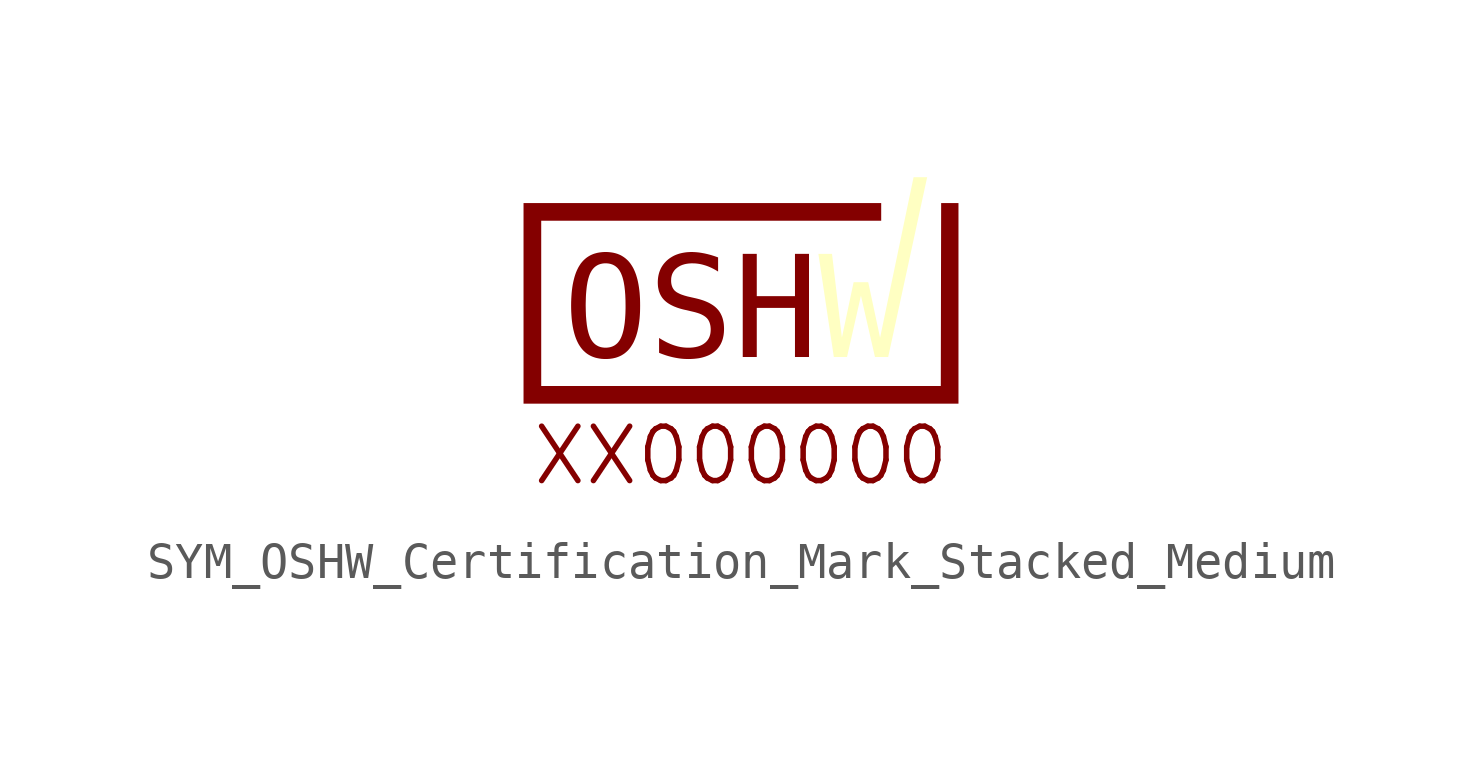
<source format=kicad_sym>
(kicad_symbol_lib
  (version 20220914)
  (generator kicad_symbol_editor)
  (symbol "SYM_OSHW_Certification_Mark_Stacked_Medium"
    (property "Reference" "LOGO"
      (at 0 0 0)
      (effects (font (size 1.27 1.27)) hide))
    (symbol "SYM_OSHW_Certification_Mark_Stacked_Medium_0_1"
      (polyline (pts (xy -2.783 -0.429) (xy -2.783 -0.429) (xy -2.783 -0.429)) (stroke (width -0.0001) (type default)) (fill (type outline)))
      (polyline (pts (xy 6 -3.137) (xy -6 -3.137) (xy -6 2.398) (xy -6 2.398) (xy 3.868 2.398) (xy 3.868 1.91) (xy -5.512 1.91) (xy -5.512 -2.649) (xy 5.512 -2.649) (xy 5.522 2.398) (xy 6 2.398)) (stroke (width -0.0001) (type default)) (fill (type outline)))
      (polyline (pts (xy 0.435 -0.17) (xy 1.489 -0.17) (xy 1.489 0.997) (xy 1.876 0.997) (xy 1.876 -1.849) (xy 1.489 -1.849) (xy 1.489 -0.494) (xy 0.435 -0.494) (xy 0.435 -1.849) (xy 0.048 -1.849) (xy 0.048 0.997) (xy 0.435 0.997)) (stroke (width -0.0001) (type default)) (fill (type outline)))
      (polyline (pts (xy -3.676 1.047) (xy -3.619 1.042) (xy -3.563 1.035) (xy -3.51 1.025) (xy -3.458 1.012) (xy -3.409 0.997) (xy -3.361 0.978) (xy -3.315 0.957) (xy -3.272 0.932) (xy -3.23 0.905) (xy -3.19 0.875) (xy -3.152 0.842) (xy -3.115 0.807) (xy -3.081 0.768) (xy -3.049 0.727) (xy -3.019 0.682) (xy -2.99 0.635) (xy -2.963 0.585) (xy -2.939 0.532) (xy -2.916 0.476) (xy -2.894 0.416) (xy -2.875 0.354) (xy -2.857 0.289) (xy -2.842 0.222) (xy -2.828 0.151) (xy -2.816 0.077) (xy -2.806 -0.0002) (xy -2.797 -0.08) (xy -2.791 -0.163) (xy -2.786 -0.249) (xy -2.784 -0.337) (xy -2.783 -0.429) (xy -2.784 -0.52) (xy -2.786 -0.609) (xy -2.791 -0.694) (xy -2.797 -0.777) (xy -2.806 -0.857) (xy -2.816 -0.933) (xy -2.828 -1.007) (xy -2.842 -1.078) (xy -2.857 -1.146) (xy -2.875 -1.211) (xy -2.894 -1.273) (xy -2.916 -1.332) (xy -2.939 -1.388) (xy -2.963 -1.441) (xy -2.99 -1.491) (xy -3.019 -1.538) (xy -3.034 -1.561) (xy -3.049 -1.583) (xy -3.065 -1.604) (xy -3.081 -1.624) (xy -3.098 -1.644) (xy -3.115 -1.663) (xy -3.133 -1.681) (xy -3.152 -1.698) (xy -3.17 -1.715) (xy -3.19 -1.731) (xy -3.209 -1.747) (xy -3.23 -1.761) (xy -3.25 -1.775) (xy -3.272 -1.788) (xy -3.293 -1.801) (xy -3.315 -1.813) (xy -3.338 -1.824) (xy -3.361 -1.834) (xy -3.385 -1.844) (xy -3.409 -1.853) (xy -3.433 -1.861) (xy -3.458 -1.869) (xy -3.484 -1.875) (xy -3.51 -1.881) (xy -3.536 -1.887) (xy -3.563 -1.891) (xy -3.619 -1.899) (xy -3.676 -1.903) (xy -3.736 -1.904) (xy -3.795 -1.903) (xy -3.852 -1.899) (xy -3.908 -1.891) (xy -3.961 -1.881) (xy -4.013 -1.869) (xy -4.062 -1.853) (xy -4.11 -1.835) (xy -4.156 -1.813) (xy -4.2 -1.789) (xy -4.242 -1.762) (xy -4.282 -1.732) (xy -4.319 -1.699) (xy -4.356 -1.664) (xy -4.39 -1.625) (xy -4.422 -1.584) (xy -4.452 -1.54) (xy -4.481 -1.493) (xy -4.507 -1.443) (xy -4.532 -1.39) (xy -4.555 -1.334) (xy -4.576 -1.275) (xy -4.595 -1.213) (xy -4.612 -1.148) (xy -4.628 -1.08) (xy -4.642 -1.009) (xy -4.654 -0.935) (xy -4.664 -0.859) (xy -4.672 -0.779) (xy -4.678 -0.696) (xy -4.683 -0.61) (xy -4.686 -0.521) (xy -4.687 -0.429) (xy -4.285 -0.429) (xy -4.282 -0.58) (xy -4.277 -0.719) (xy -4.266 -0.848) (xy -4.253 -0.965) (xy -4.244 -1.02) (xy -4.235 -1.071) (xy -4.224 -1.12) (xy -4.213 -1.166) (xy -4.2 -1.21) (xy -4.187 -1.25) (xy -4.172 -1.288) (xy -4.157 -1.323) (xy -4.14 -1.355) (xy -4.131 -1.371) (xy -4.122 -1.386) (xy -4.112 -1.4) (xy -4.103 -1.414) (xy -4.092 -1.428) (xy -4.082 -1.44) (xy -4.071 -1.453) (xy -4.06 -1.465) (xy -4.048 -1.476) (xy -4.037 -1.487) (xy -4.025 -1.497) (xy -4.012 -1.507) (xy -4 -1.516) (xy -3.987 -1.524) (xy -3.973 -1.532) (xy -3.96 -1.54) (xy -3.946 -1.547) (xy -3.932 -1.554) (xy -3.917 -1.56) (xy -3.902 -1.565) (xy -3.887 -1.57) (xy -3.871 -1.575) (xy -3.855 -1.579) (xy -3.839 -1.582) (xy -3.823 -1.585) (xy -3.806 -1.587) (xy -3.789 -1.589) (xy -3.771 -1.591) (xy -3.736 -1.592) (xy -3.7 -1.591) (xy -3.665 -1.587) (xy -3.631 -1.582) (xy -3.599 -1.575) (xy -3.568 -1.565) (xy -3.539 -1.554) (xy -3.51 -1.54) (xy -3.483 -1.525) (xy -3.458 -1.507) (xy -3.433 -1.487) (xy -3.41 -1.466) (xy -3.389 -1.442) (xy -3.368 -1.415) (xy -3.349 -1.387) (xy -3.331 -1.357) (xy -3.314 -1.325) (xy -3.299 -1.29) (xy -3.284 -1.252) (xy -3.27 -1.211) (xy -3.258 -1.168) (xy -3.246 -1.122) (xy -3.235 -1.073) (xy -3.226 -1.021) (xy -3.217 -0.966) (xy -3.209 -0.909) (xy -3.203 -0.849) (xy -3.197 -0.786) (xy -3.193 -0.72) (xy -3.189 -0.651) (xy -3.187 -0.58) (xy -3.185 -0.506) (xy -3.185 -0.429) (xy -3.187 -0.278) (xy -3.193 -0.138) (xy -3.203 -0.009) (xy -3.217 0.109) (xy -3.226 0.163) (xy -3.235 0.215) (xy -3.246 0.264) (xy -3.258 0.31) (xy -3.27 0.353) (xy -3.284 0.394) (xy -3.299 0.432) (xy -3.314 0.467) (xy -3.331 0.499) (xy -3.34 0.515) (xy -3.349 0.53) (xy -3.358 0.544) (xy -3.368 0.558) (xy -3.378 0.572) (xy -3.389 0.585) (xy -3.399 0.597) (xy -3.41 0.609) (xy -3.422 0.62) (xy -3.433 0.631) (xy -3.446 0.641) (xy -3.458 0.651) (xy -3.47 0.66) (xy -3.483 0.668) (xy -3.497 0.677) (xy -3.51 0.684) (xy -3.524 0.691) (xy -3.539 0.698) (xy -3.553 0.704) (xy -3.568 0.709) (xy -3.584 0.714) (xy -3.599 0.719) (xy -3.615 0.723) (xy -3.631 0.726) (xy -3.648 0.729) (xy -3.665 0.732) (xy -3.682 0.733) (xy -3.7 0.735) (xy -3.736 0.736) (xy -3.771 0.735) (xy -3.806 0.732) (xy -3.839 0.726) (xy -3.871 0.719) (xy -3.902 0.709) (xy -3.932 0.698) (xy -3.96 0.684) (xy -3.987 0.668) (xy -4.012 0.651) (xy -4.037 0.631) (xy -4.06 0.609) (xy -4.082 0.585) (xy -4.103 0.558) (xy -4.122 0.53) (xy -4.14 0.499) (xy -4.157 0.467) (xy -4.172 0.432) (xy -4.187 0.394) (xy -4.2 0.353) (xy -4.213 0.31) (xy -4.224 0.264) (xy -4.235 0.215) (xy -4.244 0.163) (xy -4.253 0.109) (xy -4.26 0.051) (xy -4.266 -0.009) (xy -4.272 -0.072) (xy -4.277 -0.138) (xy -4.28 -0.206) (xy -4.282 -0.278) (xy -4.284 -0.352) (xy -4.285 -0.429) (xy -4.687 -0.429) (xy -4.686 -0.337) (xy -4.683 -0.249) (xy -4.678 -0.163) (xy -4.672 -0.08) (xy -4.664 -0.0002) (xy -4.654 0.077) (xy -4.642 0.151) (xy -4.628 0.222) (xy -4.612 0.289) (xy -4.595 0.354) (xy -4.576 0.416) (xy -4.555 0.476) (xy -4.532 0.532) (xy -4.507 0.585) (xy -4.481 0.635) (xy -4.452 0.682) (xy -4.437 0.705) (xy -4.422 0.727) (xy -4.406 0.748) (xy -4.389 0.768) (xy -4.372 0.788) (xy -4.355 0.807) (xy -4.337 0.825) (xy -4.319 0.842) (xy -4.3 0.859) (xy -4.281 0.875) (xy -4.261 0.891) (xy -4.241 0.905) (xy -4.22 0.919) (xy -4.199 0.932) (xy -4.177 0.945) (xy -4.155 0.957) (xy -4.132 0.968) (xy -4.109 0.978) (xy -4.086 0.988) (xy -4.061 0.997) (xy -4.037 1.005) (xy -4.012 1.012) (xy -3.986 1.019) (xy -3.961 1.025) (xy -3.907 1.035) (xy -3.852 1.042) (xy -3.795 1.047) (xy -3.736 1.048)) (stroke (width -0.0001) (type default)) (fill (type outline)))
      (polyline (pts (xy -1.317 1.047) (xy -1.275 1.045) (xy -1.233 1.042) (xy -1.19 1.038) (xy -1.147 1.033) (xy -1.103 1.026) (xy -1.058 1.018) (xy -1.013 1.01) (xy -0.968 1) (xy -0.921 0.989) (xy -0.875 0.977) (xy -0.827 0.964) (xy -0.779 0.949) (xy -0.731 0.934) (xy -0.682 0.917) (xy -0.632 0.899) (xy -0.632 0.508) (xy -0.676 0.536) (xy -0.72 0.561) (xy -0.764 0.585) (xy -0.808 0.607) (xy -0.852 0.627) (xy -0.896 0.646) (xy -0.94 0.663) (xy -0.985 0.678) (xy -1.028 0.691) (xy -1.073 0.703) (xy -1.117 0.713) (xy -1.161 0.721) (xy -1.205 0.727) (xy -1.25 0.732) (xy -1.294 0.734) (xy -1.339 0.735) (xy -1.373 0.735) (xy -1.405 0.733) (xy -1.437 0.731) (xy -1.468 0.727) (xy -1.498 0.723) (xy -1.528 0.717) (xy -1.556 0.711) (xy -1.583 0.703) (xy -1.61 0.695) (xy -1.635 0.685) (xy -1.66 0.675) (xy -1.684 0.663) (xy -1.706 0.651) (xy -1.728 0.637) (xy -1.75 0.623) (xy -1.77 0.607) (xy -1.789 0.591) (xy -1.807 0.575) (xy -1.824 0.557) (xy -1.839 0.539) (xy -1.853 0.52) (xy -1.866 0.5) (xy -1.878 0.48) (xy -1.889 0.459) (xy -1.898 0.438) (xy -1.906 0.415) (xy -1.913 0.392) (xy -1.918 0.368) (xy -1.923 0.344) (xy -1.926 0.319) (xy -1.927 0.293) (xy -1.928 0.266) (xy -1.928 0.243) (xy -1.927 0.221) (xy -1.925 0.199) (xy -1.922 0.177) (xy -1.918 0.157) (xy -1.914 0.137) (xy -1.908 0.118) (xy -1.902 0.1) (xy -1.895 0.082) (xy -1.888 0.065) (xy -1.879 0.049) (xy -1.87 0.034) (xy -1.86 0.019) (xy -1.849 0.005) (xy -1.838 -0.009) (xy -1.825 -0.022) (xy -1.811 -0.034) (xy -1.796 -0.046) (xy -1.78 -0.058) (xy -1.762 -0.069) (xy -1.742 -0.08) (xy -1.721 -0.091) (xy -1.699 -0.102) (xy -1.675 -0.113) (xy -1.651 -0.123) (xy -1.624 -0.133) (xy -1.596 -0.142) (xy -1.567 -0.152) (xy -1.536 -0.161) (xy -1.504 -0.17) (xy -1.471 -0.179) (xy -1.436 -0.187) (xy -1.234 -0.233) (xy -1.185 -0.245) (xy -1.138 -0.258) (xy -1.092 -0.272) (xy -1.048 -0.286) (xy -1.005 -0.302) (xy -0.965 -0.318) (xy -0.926 -0.335) (xy -0.888 -0.353) (xy -0.853 -0.372) (xy -0.819 -0.392) (xy -0.787 -0.412) (xy -0.756 -0.433) (xy -0.727 -0.455) (xy -0.7 -0.478) (xy -0.675 -0.502) (xy -0.651 -0.527) (xy -0.629 -0.552) (xy -0.608 -0.579) (xy -0.589 -0.607) (xy -0.571 -0.636) (xy -0.555 -0.666) (xy -0.54 -0.697) (xy -0.526 -0.73) (xy -0.514 -0.763) (xy -0.503 -0.798) (xy -0.494 -0.833) (xy -0.486 -0.87) (xy -0.479 -0.908) (xy -0.474 -0.948) (xy -0.471 -0.988) (xy -0.469 -1.029) (xy -0.468 -1.072) (xy -0.469 -1.122) (xy -0.472 -1.17) (xy -0.477 -1.217) (xy -0.484 -1.263) (xy -0.493 -1.307) (xy -0.503 -1.349) (xy -0.516 -1.39) (xy -0.531 -1.43) (xy -0.548 -1.468) (xy -0.566 -1.504) (xy -0.587 -1.539) (xy -0.61 -1.572) (xy -0.634 -1.604) (xy -0.661 -1.635) (xy -0.689 -1.664) (xy -0.72 -1.691) (xy -0.752 -1.717) (xy -0.786 -1.741) (xy -0.822 -1.764) (xy -0.86 -1.785) (xy -0.899 -1.804) (xy -0.941 -1.821) (xy -0.984 -1.837) (xy -1.028 -1.851) (xy -1.075 -1.864) (xy -1.123 -1.875) (xy -1.174 -1.884) (xy -1.226 -1.891) (xy -1.28 -1.897) (xy -1.335 -1.901) (xy -1.392 -1.904) (xy -1.452 -1.905) (xy -1.502 -1.904) (xy -1.552 -1.902) (xy -1.602 -1.899) (xy -1.652 -1.894) (xy -1.702 -1.888) (xy -1.753 -1.88) (xy -1.803 -1.871) (xy -1.854 -1.861) (xy -1.904 -1.85) (xy -1.955 -1.837) (xy -2.006 -1.823) (xy -2.056 -1.808) (xy -2.107 -1.791) (xy -2.158 -1.773) (xy -2.209 -1.754) (xy -2.26 -1.733) (xy -2.26 -1.323) (xy -2.205 -1.357) (xy -2.152 -1.388) (xy -2.099 -1.417) (xy -2.047 -1.444) (xy -1.995 -1.468) (xy -1.945 -1.49) (xy -1.895 -1.51) (xy -1.846 -1.527) (xy -1.797 -1.542) (xy -1.748 -1.556) (xy -1.699 -1.567) (xy -1.649 -1.576) (xy -1.6 -1.583) (xy -1.551 -1.588) (xy -1.501 -1.591) (xy -1.452 -1.592) (xy -1.416 -1.592) (xy -1.381 -1.59) (xy -1.347 -1.587) (xy -1.314 -1.584) (xy -1.282 -1.579) (xy -1.251 -1.574) (xy -1.221 -1.567) (xy -1.192 -1.56) (xy -1.165 -1.551) (xy -1.138 -1.542) (xy -1.112 -1.531) (xy -1.087 -1.519) (xy -1.063 -1.506) (xy -1.04 -1.493) (xy -1.019 -1.478) (xy -0.998 -1.462) (xy -0.978 -1.446) (xy -0.96 -1.428) (xy -0.943 -1.41) (xy -0.927 -1.39) (xy -0.912 -1.37) (xy -0.899 -1.349) (xy -0.887 -1.328) (xy -0.876 -1.305) (xy -0.867 -1.282) (xy -0.859 -1.258) (xy -0.852 -1.233) (xy -0.846 -1.207) (xy -0.842 -1.181) (xy -0.839 -1.153) (xy -0.837 -1.125) (xy -0.836 -1.097) (xy -0.836 -1.07) (xy -0.838 -1.045) (xy -0.84 -1.02) (xy -0.843 -0.996) (xy -0.847 -0.973) (xy -0.852 -0.951) (xy -0.858 -0.929) (xy -0.864 -0.908) (xy -0.872 -0.888) (xy -0.88 -0.869) (xy -0.889 -0.851) (xy -0.899 -0.833) (xy -0.91 -0.816) (xy -0.922 -0.8) (xy -0.935 -0.785) (xy -0.948 -0.771) (xy -0.963 -0.757) (xy -0.979 -0.743) (xy -0.996 -0.73) (xy -1.014 -0.718) (xy -1.034 -0.705) (xy -1.055 -0.694) (xy -1.077 -0.682) (xy -1.1 -0.671) (xy -1.125 -0.66) (xy -1.151 -0.65) (xy -1.179 -0.64) (xy -1.208 -0.631) (xy -1.238 -0.622) (xy -1.269 -0.613) (xy -1.301 -0.605) (xy -1.335 -0.597) (xy -1.541 -0.549) (xy -1.59 -0.538) (xy -1.637 -0.526) (xy -1.682 -0.513) (xy -1.726 -0.499) (xy -1.768 -0.485) (xy -1.808 -0.469) (xy -1.847 -0.454) (xy -1.883 -0.437) (xy -1.918 -0.42) (xy -1.952 -0.402) (xy -1.984 -0.383) (xy -2.014 -0.364) (xy -2.042 -0.344) (xy -2.069 -0.323) (xy -2.094 -0.301) (xy -2.117 -0.279) (xy -2.139 -0.256) (xy -2.159 -0.232) (xy -2.178 -0.207) (xy -2.195 -0.181) (xy -2.211 -0.154) (xy -2.226 -0.126) (xy -2.239 -0.097) (xy -2.251 -0.067) (xy -2.262 -0.036) (xy -2.271 -0.004) (xy -2.278 0.029) (xy -2.285 0.062) (xy -2.29 0.097) (xy -2.293 0.133) (xy -2.295 0.17) (xy -2.296 0.207) (xy -2.295 0.254) (xy -2.292 0.3) (xy -2.287 0.345) (xy -2.28 0.388) (xy -2.271 0.43) (xy -2.26 0.472) (xy -2.247 0.511) (xy -2.232 0.55) (xy -2.215 0.588) (xy -2.196 0.624) (xy -2.175 0.659) (xy -2.152 0.693) (xy -2.127 0.726) (xy -2.1 0.757) (xy -2.071 0.788) (xy -2.041 0.817) (xy -2.008 0.845) (xy -1.974 0.871) (xy -1.938 0.895) (xy -1.901 0.918) (xy -1.863 0.939) (xy -1.824 0.958) (xy -1.783 0.975) (xy -1.741 0.99) (xy -1.698 1.004) (xy -1.653 1.015) (xy -1.607 1.025) (xy -1.56 1.033) (xy -1.512 1.04) (xy -1.462 1.044) (xy -1.411 1.047) (xy -1.358 1.048)) (stroke (width -0.0001) (type default)) (fill (type outline))))
    (symbol "SYM_OSHW_Certification_Mark_Stacked_Medium_1_1"
      (polyline (pts (xy 4.061 -1.849) (xy 3.696 -1.849) (xy 3.309 -0.158) (xy 2.925 -1.849) (xy 2.561 -1.849) (xy 2.135 0.997) (xy 2.511 0.997) (xy 2.784 -1.313) (xy 3.107 0.215) (xy 3.51 0.215) (xy 3.837 -1.317) (xy 4.761 3.111) (xy 5.136 3.111)) (stroke (width -0.0001) (type default)) (fill (type background)))
      (text "XX000000" (at 0 -4.572 0) (effects (font (size 1.5 1.5)))))))
</source>
